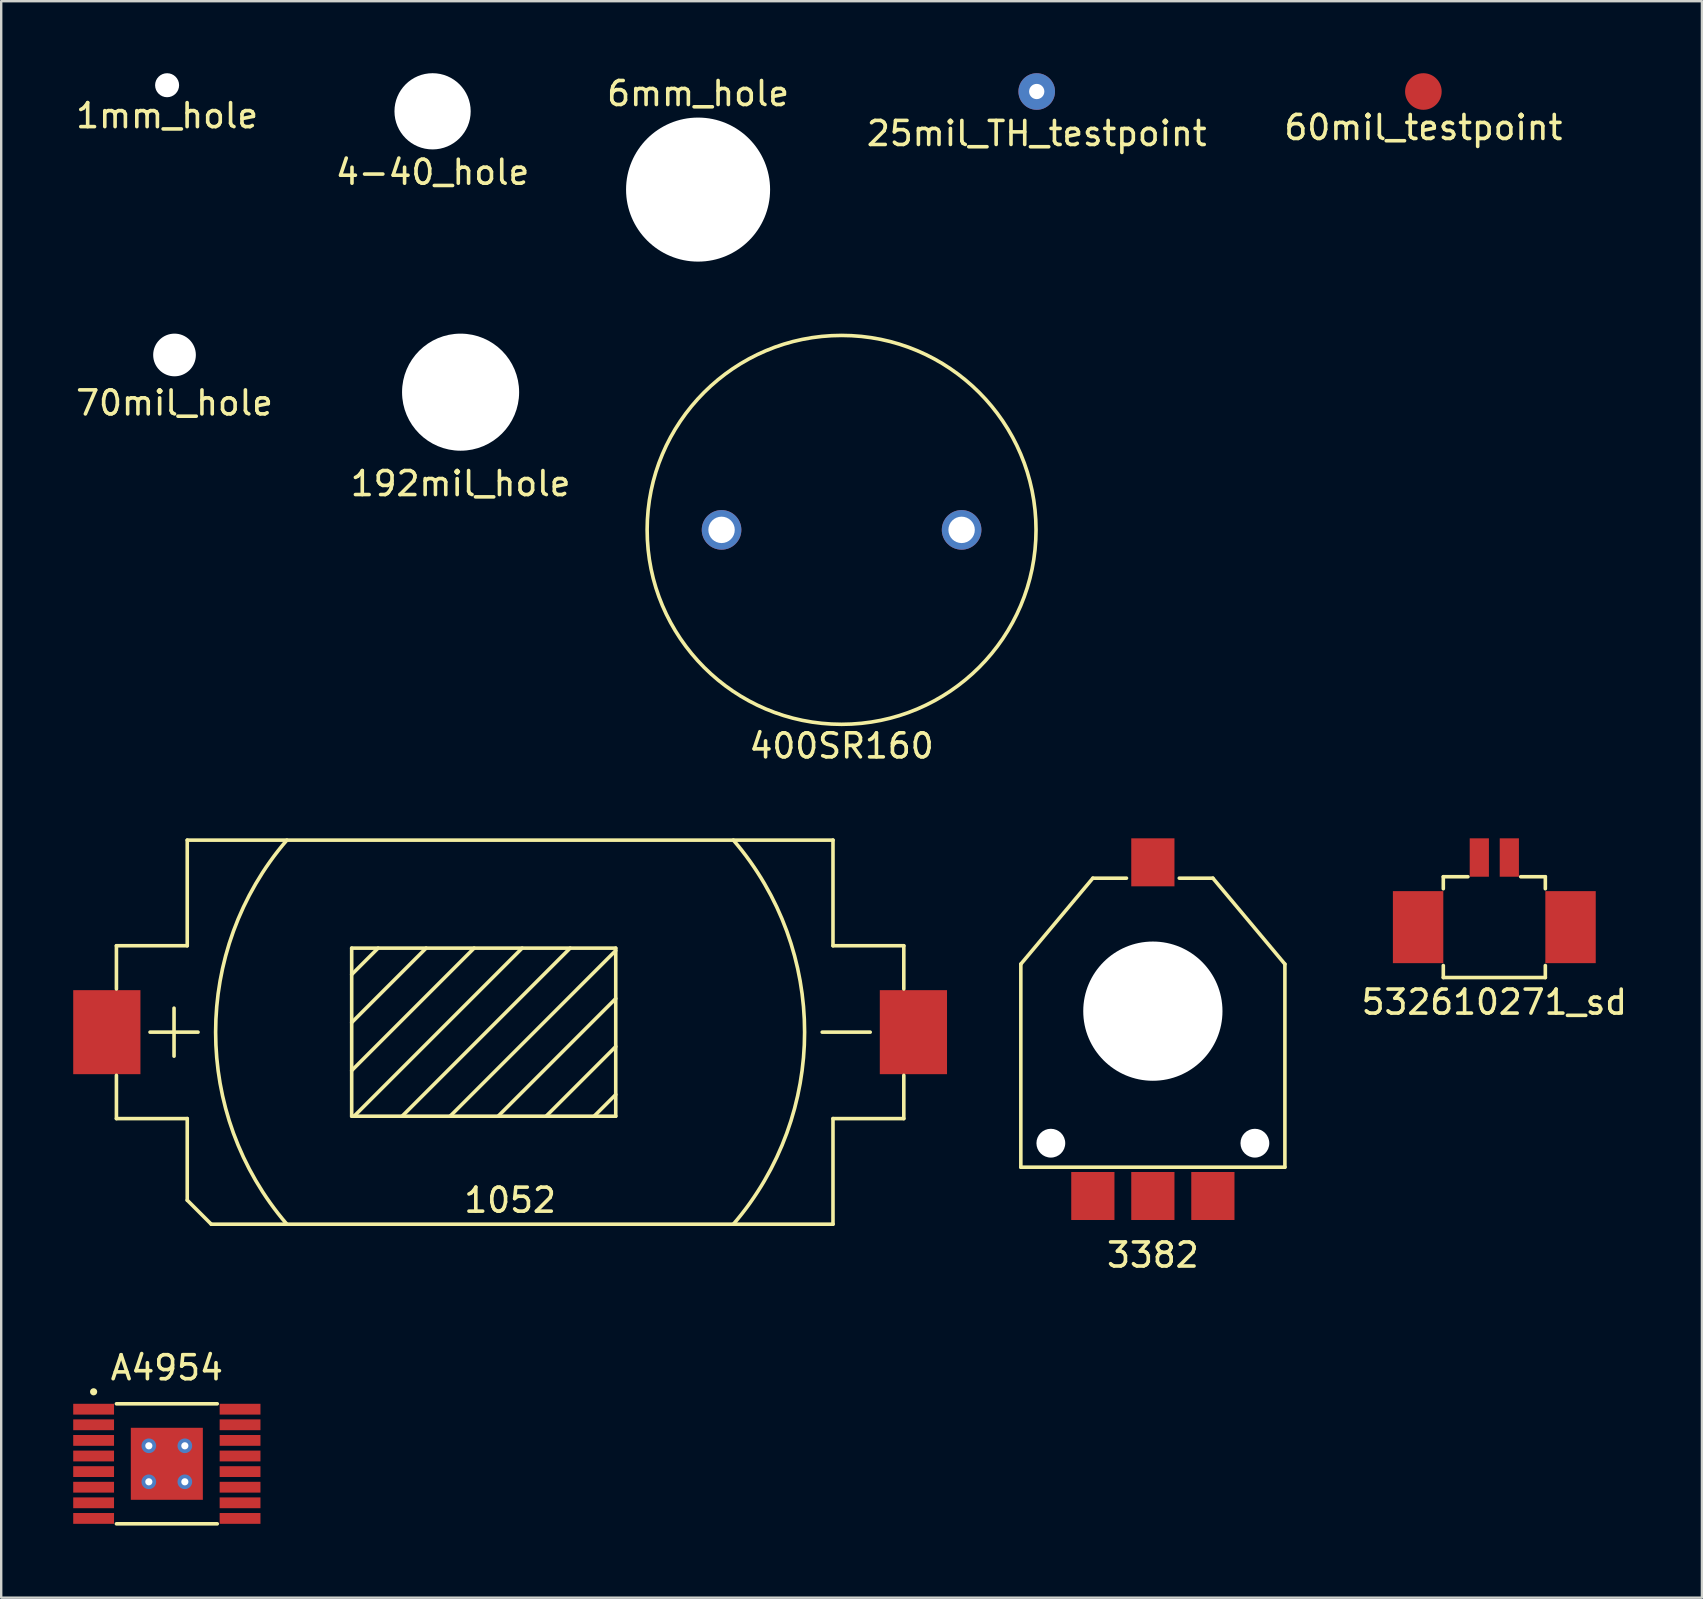
<source format=kicad_pcb>
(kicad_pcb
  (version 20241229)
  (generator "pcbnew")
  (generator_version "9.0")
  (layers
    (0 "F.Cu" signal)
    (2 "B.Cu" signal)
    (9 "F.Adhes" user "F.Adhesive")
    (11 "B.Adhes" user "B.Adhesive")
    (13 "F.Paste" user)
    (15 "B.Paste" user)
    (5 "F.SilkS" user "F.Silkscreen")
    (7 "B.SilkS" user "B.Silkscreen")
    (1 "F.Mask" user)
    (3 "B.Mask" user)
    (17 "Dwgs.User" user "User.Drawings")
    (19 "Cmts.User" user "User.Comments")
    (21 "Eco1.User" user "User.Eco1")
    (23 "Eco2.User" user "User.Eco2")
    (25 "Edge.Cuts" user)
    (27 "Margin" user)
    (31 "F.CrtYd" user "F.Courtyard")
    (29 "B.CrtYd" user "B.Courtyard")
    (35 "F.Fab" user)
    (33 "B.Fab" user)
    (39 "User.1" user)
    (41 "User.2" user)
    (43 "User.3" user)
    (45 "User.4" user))
  (footprint "A4954"
    (layer "F.Cu")
    (at 3.9 57.928)
    (property "Reference" "A4954" (at 0 -4 0) (layer "F.SilkS") (effects (font (size 1 1) (thickness 0.15))))
    (attr smd)
    (fp_line (start -2.1 -2.5) (end 2.1 -2.5) (stroke (width 0.15) (type solid)) (layer "F.SilkS"))
    (fp_line (start -2.1 2.5) (end 2.1 2.5) (stroke (width 0.15) (type solid)) (layer "F.SilkS"))
    (fp_circle (center -3.05 -3) (end -2.975 -3) (stroke (width 0.15) (type solid)) (fill no) (layer "F.SilkS"))
    (pad "1" smd rect (at -3.05 -2.275) (size 1.7 0.45) (layers "F.Cu" "F.Mask" "F.Paste"))
    (pad "2" smd rect (at -3.05 -1.625) (size 1.7 0.45) (layers "F.Cu" "F.Mask" "F.Paste"))
    (pad "3" smd rect (at -3.05 -0.975) (size 1.7 0.45) (layers "F.Cu" "F.Mask" "F.Paste"))
    (pad "4" smd rect (at -3.05 -0.325) (size 1.7 0.45) (layers "F.Cu" "F.Mask" "F.Paste"))
    (pad "5" smd rect (at -3.05 0.325) (size 1.7 0.45) (layers "F.Cu" "F.Mask" "F.Paste"))
    (pad "6" smd rect (at -3.05 0.975) (size 1.7 0.45) (layers "F.Cu" "F.Mask" "F.Paste"))
    (pad "7" smd rect (at -3.05 1.625) (size 1.7 0.45) (layers "F.Cu" "F.Mask" "F.Paste"))
    (pad "8" smd rect (at -3.05 2.275) (size 1.7 0.45) (layers "F.Cu" "F.Mask" "F.Paste"))
    (pad "9" smd rect (at 3.05 2.275) (size 1.7 0.45) (layers "F.Cu" "F.Mask" "F.Paste"))
    (pad "10" smd rect (at 3.05 1.625) (size 1.7 0.45) (layers "F.Cu" "F.Mask" "F.Paste"))
    (pad "11" smd rect (at 3.05 0.975) (size 1.7 0.45) (layers "F.Cu" "F.Mask" "F.Paste"))
    (pad "12" smd rect (at 3.05 0.325) (size 1.7 0.45) (layers "F.Cu" "F.Mask" "F.Paste"))
    (pad "13" smd rect (at 3.05 -0.325) (size 1.7 0.45) (layers "F.Cu" "F.Mask" "F.Paste"))
    (pad "14" smd rect (at 3.05 -0.975) (size 1.7 0.45) (layers "F.Cu" "F.Mask" "F.Paste"))
    (pad "15" smd rect (at 3.05 -1.625) (size 1.7 0.45) (layers "F.Cu" "F.Mask" "F.Paste"))
    (pad "16" smd rect (at 3.05 -2.275) (size 1.7 0.45) (layers "F.Cu" "F.Mask" "F.Paste"))
    (pad "17" thru_hole circle (at -0.75 -0.75) (size 0.61 0.61) (drill 0.3) (layers "*.Cu" "*.Mask"))
    (pad "17" thru_hole circle (at -0.75 0.75) (size 0.61 0.61) (drill 0.3) (layers "*.Cu" "*.Mask"))
    (pad "17" smd rect (at 0 0) (size 3 3) (layers "F.Cu" "F.Mask" "F.Paste"))
    (pad "17" thru_hole circle (at 0.75 -0.75) (size 0.61 0.61) (drill 0.3) (layers "*.Cu" "*.Mask"))
    (pad "17" thru_hole circle (at 0.75 0.75) (size 0.61 0.61) (drill 0.3) (layers "*.Cu" "*.Mask")))
  (footprint "400SR160"
    (layer "F.Cu")
    (at 32.008 19.023)
    (property "Reference" "400SR160" (at 0 9 0) (layer "F.SilkS") (effects (font (size 1 1) (thickness 0.15))))
    (attr through_hole)
    (fp_circle (center 0 0) (end 8.1 0) (stroke (width 0.15) (type solid)) (fill no) (layer "F.SilkS"))
    (pad "1" thru_hole circle (at -5 0) (size 1.65 1.65) (drill 1.1) (layers "*.Cu" "*.Mask"))
    (pad "2" thru_hole circle (at 5 0) (size 1.65 1.65) (drill 1.1) (layers "*.Cu" "*.Mask")))
  (footprint "192mil_hole"
    (layer "F.Cu")
    (at 16.137 13.287)
    (property "Reference" "192mil_hole" (at 0 3.81 0) (layer "F.SilkS") (effects (font (size 1 1) (thickness 0.15))))
    (attr through_hole)
    (pad "" np_thru_hole circle (at 0 0) (size 4.877 4.877) (drill 4.877) (layers "*.Cu" "*.Mask")))
  (footprint "4-40_hole"
    (layer "F.Cu")
    (at 14.97 1.587)
    (property "Reference" "4-40_hole" (at 0 2.54 0) (layer "F.SilkS") (effects (font (size 1 1) (thickness 0.15))))
    (attr through_hole)
    (pad "" np_thru_hole circle (at 0 0) (size 3.175 3.175) (drill 3.175) (layers "*.Cu" "*.Mask")))
  (footprint "532610271_sd"
    (layer "F.Cu")
    (at 59.199 36.697)
    (property "Reference" "532610271_sd" (at 0 2 0) (layer "F.SilkS") (effects (font (size 1 1) (thickness 0.15))))
    (attr smd)
    (fp_line (start -2.125 -3.225) (end -2.125 -2.725) (stroke (width 0.15) (type solid)) (layer "F.SilkS"))
    (fp_line (start -2.125 0.975) (end -2.125 0.475) (stroke (width 0.15) (type solid)) (layer "F.SilkS"))
    (fp_line (start -2.125 0.975) (end 2.125 0.975) (stroke (width 0.15) (type solid)) (layer "F.SilkS"))
    (fp_line (start -1.1 -3.225) (end -2.125 -3.225) (stroke (width 0.15) (type solid)) (layer "F.SilkS"))
    (fp_line (start 1.1 -3.225) (end 2.125 -3.225) (stroke (width 0.15) (type solid)) (layer "F.SilkS"))
    (fp_line (start 2.125 -3.225) (end 2.125 -2.725) (stroke (width 0.15) (type solid)) (layer "F.SilkS"))
    (fp_line (start 2.125 0.975) (end 2.125 0.475) (stroke (width 0.15) (type solid)) (layer "F.SilkS"))
    (pad "1" smd rect (at -0.625 -4.025) (size 0.8 1.6) (layers "F.Cu" "F.Mask" "F.Paste"))
    (pad "2" smd rect (at 0.625 -4.025) (size 0.8 1.6) (layers "F.Cu" "F.Mask" "F.Paste"))
    (pad "3" smd rect (at 3.175 -1.125) (size 2.1 3) (layers "F.Cu" "F.Mask" "F.Paste"))
    (pad "4" smd rect (at -3.175 -1.125) (size 2.1 3) (layers "F.Cu" "F.Mask" "F.Paste")))
  (footprint "6mm_hole"
    (layer "F.Cu")
    (at 26.03 4.848)
    (property "Reference" "6mm_hole" (at 0 -4 0) (layer "F.SilkS") (effects (font (size 1 1) (thickness 0.15))))
    (attr through_hole)
    (pad "" np_thru_hole circle (at 0 0) (size 6 6) (drill 6) (layers "*.Cu" "*.Mask")))
  (footprint "3382"
    (layer "F.Cu")
    (at 44.975 39.072)
    (property "Reference" "3382" (at 0 10.16 0) (layer "F.SilkS") (effects (font (size 1 1) (thickness 0.15))))
    (attr through_hole)
    (fp_line (start -5.5 6.5) (end -5.5 -1.96) (stroke (width 0.15) (type solid)) (layer "F.SilkS"))
    (fp_line (start -5.5 6.5) (end 5.5 6.5) (stroke (width 0.15) (type solid)) (layer "F.SilkS"))
    (fp_line (start -2.5 -5.54) (end -5.5 -1.96) (stroke (width 0.15) (type solid)) (layer "F.SilkS"))
    (fp_line (start -2.5 -5.54) (end -1.1 -5.54) (stroke (width 0.15) (type solid)) (layer "F.SilkS"))
    (fp_line (start 1.1 -5.54) (end 2.5 -5.54) (stroke (width 0.15) (type solid)) (layer "F.SilkS"))
    (fp_line (start 2.5 -5.54) (end 5.5 -1.96) (stroke (width 0.15) (type solid)) (layer "F.SilkS"))
    (fp_line (start 5.5 6.5) (end 5.5 -1.96) (stroke (width 0.15) (type solid)) (layer "F.SilkS"))
    (pad "" np_thru_hole circle (at -4.25 5.5) (size 1.2 1.2) (drill 1.2) (layers "*.Cu" "*.Mask"))
    (pad "" smd rect (at 0 -6.2) (size 1.8 2) (layers "F.Cu" "F.Mask" "F.Paste"))
    (pad "" np_thru_hole circle (at 0 0) (size 5.8 5.8) (drill 5.8) (layers "*.Cu" "*.Mask"))
    (pad "" np_thru_hole circle (at 4.25 5.5) (size 1.2 1.2) (drill 1.2) (layers "*.Cu" "*.Mask"))
    (pad "1" smd rect (at -2.5 7.7) (size 1.8 2) (layers "F.Cu" "F.Mask" "F.Paste"))
    (pad "2" smd rect (at 0 7.7) (size 1.8 2) (layers "F.Cu" "F.Mask" "F.Paste"))
    (pad "3" smd rect (at 2.5 7.7) (size 1.8 2) (layers "F.Cu" "F.Mask" "F.Paste")))
  (footprint "1052"
    (layer "F.Cu")
    (at 18.2 39.947)
    (property "Reference" "1052" (at 0 7 0) (layer "F.SilkS") (effects (font (size 1 1) (thickness 0.15))))
    (attr smd)
    (fp_line (start -16.4 -3.6) (end -16.4 -1.8) (stroke (width 0.15) (type solid)) (layer "F.SilkS"))
    (fp_line (start -16.4 3.6) (end -16.4 1.8) (stroke (width 0.15) (type solid)) (layer "F.SilkS"))
    (fp_line (start -15 0) (end -13 0) (stroke (width 0.15) (type solid)) (layer "F.SilkS"))
    (fp_line (start -14 -1) (end -14 1) (stroke (width 0.15) (type solid)) (layer "F.SilkS"))
    (fp_line (start -13.45 -8) (end -13.45 -3.6) (stroke (width 0.15) (type solid)) (layer "F.SilkS"))
    (fp_line (start -13.45 -8) (end 13.45 -8) (stroke (width 0.15) (type solid)) (layer "F.SilkS"))
    (fp_line (start -13.45 -3.6) (end -16.4 -3.6) (stroke (width 0.15) (type solid)) (layer "F.SilkS"))
    (fp_line (start -13.45 3.6) (end -16.4 3.6) (stroke (width 0.15) (type solid)) (layer "F.SilkS"))
    (fp_line (start -13.45 7) (end -13.45 3.6) (stroke (width 0.15) (type solid)) (layer "F.SilkS"))
    (fp_line (start -13.45 7) (end -12.45 8) (stroke (width 0.15) (type solid)) (layer "F.SilkS"))
    (fp_line (start -12.45 8) (end 13.45 8) (stroke (width 0.15) (type solid)) (layer "F.SilkS"))
    (fp_line (start -6.6 -3.5) (end -6.6 3.5) (stroke (width 0.15) (type solid)) (layer "F.SilkS"))
    (fp_line (start -6.6 -3.5) (end 4.4 -3.5) (stroke (width 0.15) (type solid)) (layer "F.SilkS"))
    (fp_line (start -6.6 1.6) (end -1.5 -3.5) (stroke (width 0.15) (type solid)) (layer "F.SilkS"))
    (fp_line (start -6.6 3.5) (end 4.4 3.5) (stroke (width 0.15) (type solid)) (layer "F.SilkS"))
    (fp_line (start -5.5 -3.5) (end -6.6 -2.4) (stroke (width 0.15) (type solid)) (layer "F.SilkS"))
    (fp_line (start -3.5 -3.5) (end -6.6 -0.4) (stroke (width 0.15) (type solid)) (layer "F.SilkS"))
    (fp_line (start 0.5 -3.5) (end -6.5 3.5) (stroke (width 0.15) (type solid)) (layer "F.SilkS"))
    (fp_line (start 2.5 -3.5) (end -4.5 3.5) (stroke (width 0.15) (type solid)) (layer "F.SilkS"))
    (fp_line (start 4.4 -3.5) (end 4.4 3.5) (stroke (width 0.15) (type solid)) (layer "F.SilkS"))
    (fp_line (start 4.4 -3.4) (end -2.5 3.5) (stroke (width 0.15) (type solid)) (layer "F.SilkS"))
    (fp_line (start 4.4 -1.4) (end -0.5 3.5) (stroke (width 0.15) (type solid)) (layer "F.SilkS"))
    (fp_line (start 4.4 0.6) (end 1.5 3.5) (stroke (width 0.15) (type solid)) (layer "F.SilkS"))
    (fp_line (start 4.4 2.6) (end 3.5 3.5) (stroke (width 0.15) (type solid)) (layer "F.SilkS"))
    (fp_line (start 13.45 -8) (end 13.45 -3.6) (stroke (width 0.15) (type solid)) (layer "F.SilkS"))
    (fp_line (start 13.45 -3.6) (end 16.4 -3.6) (stroke (width 0.15) (type solid)) (layer "F.SilkS"))
    (fp_line (start 13.45 3.6) (end 16.4 3.6) (stroke (width 0.15) (type solid)) (layer "F.SilkS"))
    (fp_line (start 13.45 8) (end 13.45 3.6) (stroke (width 0.15) (type solid)) (layer "F.SilkS"))
    (fp_line (start 15 0) (end 13 0) (stroke (width 0.15) (type solid)) (layer "F.SilkS"))
    (fp_line (start 16.4 -3.6) (end 16.4 -1.8) (stroke (width 0.15) (type solid)) (layer "F.SilkS"))
    (fp_line (start 16.4 3.6) (end 16.4 1.8) (stroke (width 0.15) (type solid)) (layer "F.SilkS"))
    (fp_arc (start -9.3 8) (mid -12.267437 0) (end -9.3 -8) (stroke (width 0.15) (type solid)) (layer "F.SilkS"))
    (fp_arc (start 9.3 -8) (mid 12.267437 0) (end 9.3 8) (stroke (width 0.15) (type solid)) (layer "F.SilkS"))
    (pad "1" smd rect (at -16.8 0) (size 2.8 3.5) (layers "F.Cu" "F.Mask" "F.Paste"))
    (pad "2" smd rect (at 16.8 0) (size 2.8 3.5) (layers "F.Cu" "F.Mask" "F.Paste")))
  (footprint "60mil_testpoint"
    (layer "F.Cu")
    (at 56.244 0.762)
    (property "Reference" "60mil_testpoint" (at 0 1.5 0) (layer "F.SilkS") (effects (font (size 1 1) (thickness 0.15))))
    (attr through_hole)
    (pad "1" smd circle (at 0 0) (size 1.524 1.524) (layers "F.Cu" "F.Mask")))
  (footprint "25mil_TH_testpoint"
    (layer "F.Cu")
    (at 40.137 0.762)
    (property "Reference" "25mil_TH_testpoint" (at 0 1.75 0) (layer "F.SilkS") (effects (font (size 1 1) (thickness 0.15))))
    (attr through_hole)
    (pad "1" thru_hole circle (at 0 0) (size 1.524 1.524) (drill 0.635) (layers "*.Cu" "*.Mask")))
  (footprint "1mm_hole"
    (layer "F.Cu")
    (at 3.911 0.5)
    (property "Reference" "1mm_hole" (at 0 1.27 0) (layer "F.SilkS") (effects (font (size 1 1) (thickness 0.15))))
    (attr through_hole)
    (pad "" np_thru_hole circle (at 0 0) (size 1 1) (drill 1) (layers "*.Cu" "*.Mask")))
  (footprint "70mil_hole"
    (layer "F.Cu")
    (at 4.22 11.737)
    (property "Reference" "70mil_hole" (at 0 2 0) (layer "F.SilkS") (effects (font (size 1 1) (thickness 0.15))))
    (attr through_hole)
    (pad "" np_thru_hole circle (at 0 0) (size 1.778 1.778) (drill 1.778) (layers "*.Cu" "*.Mask")))
  (gr_rect
    (start -3 -3)
    (end 67.848 63.503)
    (stroke (width 0.1) (type default))
    (fill no)
    (layer "Edge.Cuts")))
</source>
